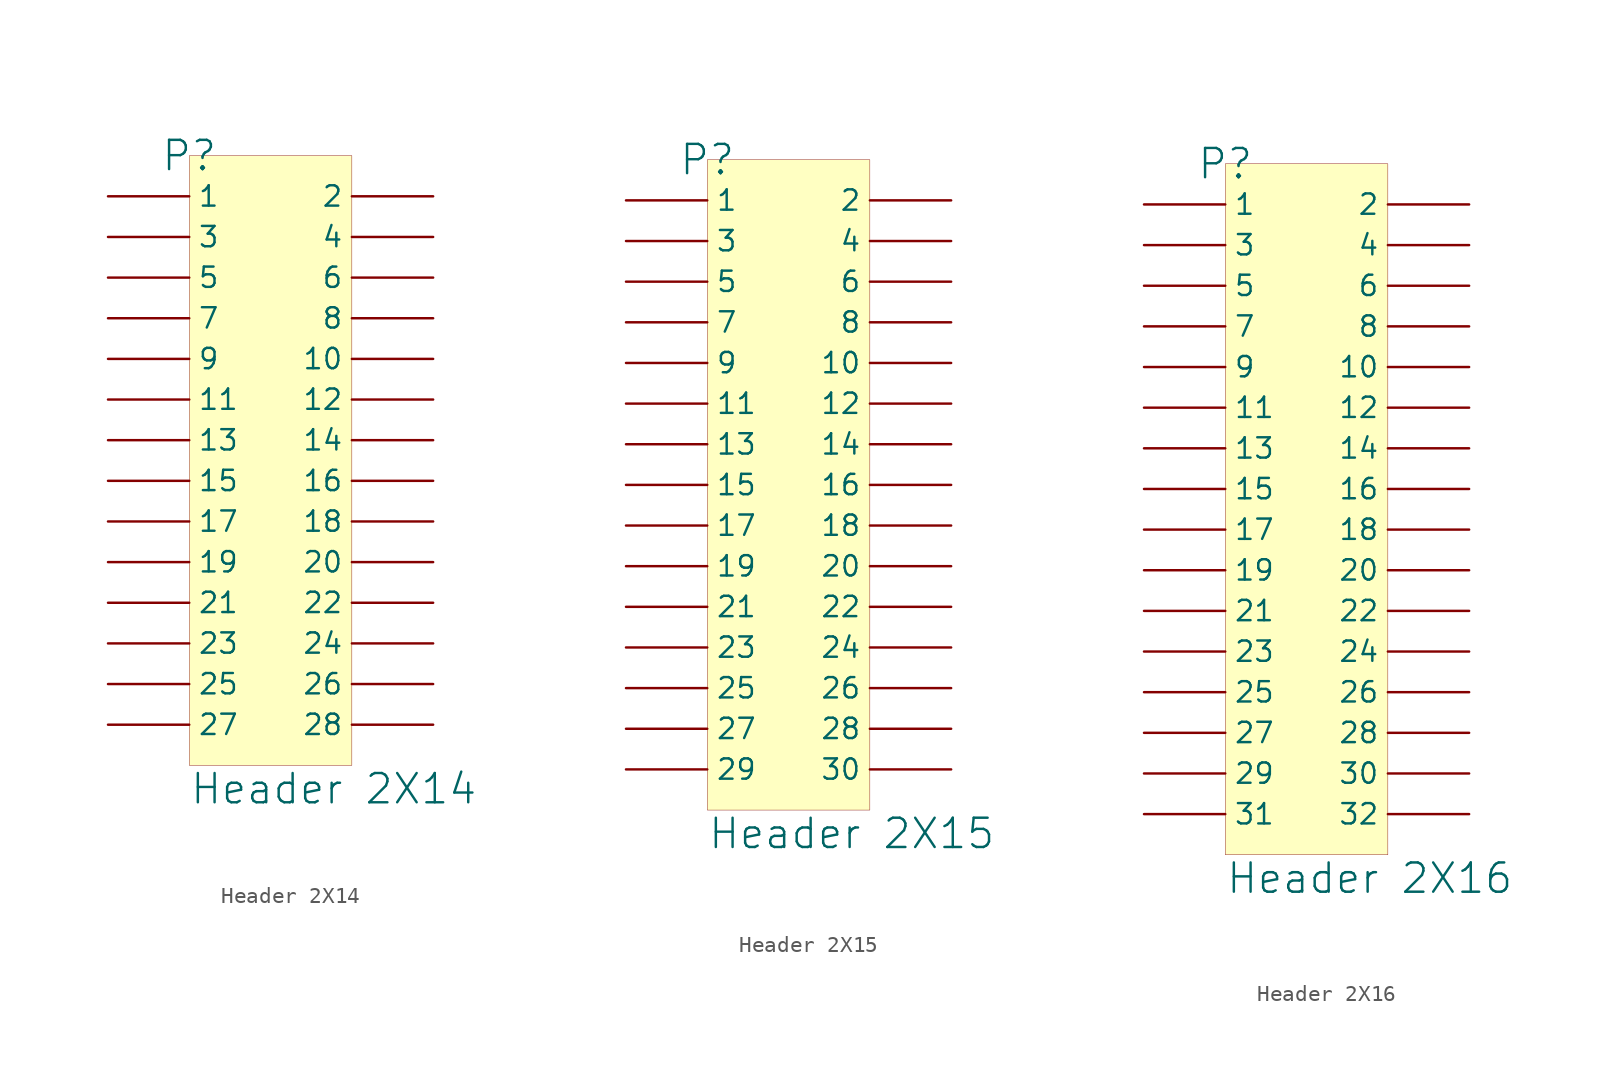
<source format=kicad_sym>
(kicad_symbol_lib
  (version 20241209)
  (generator "kicad_symbol_editor")
  (generator_version "9.0")
  (symbol "Header 2X14"
    (pin_numbers
      (hide yes))
    (property "Reference" "P"
      (at 0 0 0)
      (effects (font (size 1.829 1.829))))
    (property "Value" "Header 2X14"
      (at 0 -40.64 0)
      (effects (font (size 1.829 1.829)) (justify left bottom)))
    (symbol "Header 2X14_1_0"
      (rectangle (start 10.16 0) (end 0 -38.1) (stroke (width 0.025) (type solid) (color 128 0 0 1)) (fill (type background)))
      (pin passive line (at -5.08 -2.54 0) (length 5.08) (name "1" (effects (font (size 1.27 1.27)))) (number "1" (effects (font (size 1.27 1.27)))))
      (pin passive line (at -5.08 -5.08 0) (length 5.08) (name "3" (effects (font (size 1.27 1.27)))) (number "3" (effects (font (size 1.27 1.27)))))
      (pin passive line (at -5.08 -7.62 0) (length 5.08) (name "5" (effects (font (size 1.27 1.27)))) (number "5" (effects (font (size 1.27 1.27)))))
      (pin passive line (at -5.08 -10.16 0) (length 5.08) (name "7" (effects (font (size 1.27 1.27)))) (number "7" (effects (font (size 1.27 1.27)))))
      (pin passive line (at -5.08 -12.7 0) (length 5.08) (name "9" (effects (font (size 1.27 1.27)))) (number "9" (effects (font (size 1.27 1.27)))))
      (pin passive line (at -5.08 -15.24 0) (length 5.08) (name "11" (effects (font (size 1.27 1.27)))) (number "11" (effects (font (size 1.27 1.27)))))
      (pin passive line (at -5.08 -17.78 0) (length 5.08) (name "13" (effects (font (size 1.27 1.27)))) (number "13" (effects (font (size 1.27 1.27)))))
      (pin passive line (at -5.08 -20.32 0) (length 5.08) (name "15" (effects (font (size 1.27 1.27)))) (number "15" (effects (font (size 1.27 1.27)))))
      (pin passive line (at -5.08 -22.86 0) (length 5.08) (name "17" (effects (font (size 1.27 1.27)))) (number "17" (effects (font (size 1.27 1.27)))))
      (pin passive line (at -5.08 -25.4 0) (length 5.08) (name "19" (effects (font (size 1.27 1.27)))) (number "19" (effects (font (size 1.27 1.27)))))
      (pin passive line (at -5.08 -27.94 0) (length 5.08) (name "21" (effects (font (size 1.27 1.27)))) (number "21" (effects (font (size 1.27 1.27)))))
      (pin passive line (at -5.08 -30.48 0) (length 5.08) (name "23" (effects (font (size 1.27 1.27)))) (number "23" (effects (font (size 1.27 1.27)))))
      (pin passive line (at -5.08 -33.02 0) (length 5.08) (name "25" (effects (font (size 1.27 1.27)))) (number "25" (effects (font (size 1.27 1.27)))))
      (pin passive line (at -5.08 -35.56 0) (length 5.08) (name "27" (effects (font (size 1.27 1.27)))) (number "27" (effects (font (size 1.27 1.27)))))
      (pin passive line (at 15.24 -2.54 180) (length 5.08) (name "2" (effects (font (size 1.27 1.27)))) (number "2" (effects (font (size 1.27 1.27)))))
      (pin passive line (at 15.24 -5.08 180) (length 5.08) (name "4" (effects (font (size 1.27 1.27)))) (number "4" (effects (font (size 1.27 1.27)))))
      (pin passive line (at 15.24 -7.62 180) (length 5.08) (name "6" (effects (font (size 1.27 1.27)))) (number "6" (effects (font (size 1.27 1.27)))))
      (pin passive line (at 15.24 -10.16 180) (length 5.08) (name "8" (effects (font (size 1.27 1.27)))) (number "8" (effects (font (size 1.27 1.27)))))
      (pin passive line (at 15.24 -12.7 180) (length 5.08) (name "10" (effects (font (size 1.27 1.27)))) (number "10" (effects (font (size 1.27 1.27)))))
      (pin passive line (at 15.24 -15.24 180) (length 5.08) (name "12" (effects (font (size 1.27 1.27)))) (number "12" (effects (font (size 1.27 1.27)))))
      (pin passive line (at 15.24 -17.78 180) (length 5.08) (name "14" (effects (font (size 1.27 1.27)))) (number "14" (effects (font (size 1.27 1.27)))))
      (pin passive line (at 15.24 -20.32 180) (length 5.08) (name "16" (effects (font (size 1.27 1.27)))) (number "16" (effects (font (size 1.27 1.27)))))
      (pin passive line (at 15.24 -22.86 180) (length 5.08) (name "18" (effects (font (size 1.27 1.27)))) (number "18" (effects (font (size 1.27 1.27)))))
      (pin passive line (at 15.24 -25.4 180) (length 5.08) (name "20" (effects (font (size 1.27 1.27)))) (number "20" (effects (font (size 1.27 1.27)))))
      (pin passive line (at 15.24 -27.94 180) (length 5.08) (name "22" (effects (font (size 1.27 1.27)))) (number "22" (effects (font (size 1.27 1.27)))))
      (pin passive line (at 15.24 -30.48 180) (length 5.08) (name "24" (effects (font (size 1.27 1.27)))) (number "24" (effects (font (size 1.27 1.27)))))
      (pin passive line (at 15.24 -33.02 180) (length 5.08) (name "26" (effects (font (size 1.27 1.27)))) (number "26" (effects (font (size 1.27 1.27)))))
      (pin passive line (at 15.24 -35.56 180) (length 5.08) (name "28" (effects (font (size 1.27 1.27)))) (number "28" (effects (font (size 1.27 1.27)))))))
  (symbol "Header 2X15"
    (pin_numbers
      (hide yes))
    (property "Reference" "P"
      (at 0 0 0)
      (effects (font (size 1.829 1.829))))
    (property "Value" "Header 2X15"
      (at 0 -43.18 0)
      (effects (font (size 1.829 1.829)) (justify left bottom)))
    (symbol "Header 2X15_1_0"
      (rectangle (start 10.16 0) (end 0 -40.64) (stroke (width 0.025) (type solid) (color 128 0 0 1)) (fill (type background)))
      (pin passive line (at -5.08 -2.54 0) (length 5.08) (name "1" (effects (font (size 1.27 1.27)))) (number "1" (effects (font (size 1.27 1.27)))))
      (pin passive line (at -5.08 -5.08 0) (length 5.08) (name "3" (effects (font (size 1.27 1.27)))) (number "3" (effects (font (size 1.27 1.27)))))
      (pin passive line (at -5.08 -7.62 0) (length 5.08) (name "5" (effects (font (size 1.27 1.27)))) (number "5" (effects (font (size 1.27 1.27)))))
      (pin passive line (at -5.08 -10.16 0) (length 5.08) (name "7" (effects (font (size 1.27 1.27)))) (number "7" (effects (font (size 1.27 1.27)))))
      (pin passive line (at -5.08 -12.7 0) (length 5.08) (name "9" (effects (font (size 1.27 1.27)))) (number "9" (effects (font (size 1.27 1.27)))))
      (pin passive line (at -5.08 -15.24 0) (length 5.08) (name "11" (effects (font (size 1.27 1.27)))) (number "11" (effects (font (size 1.27 1.27)))))
      (pin passive line (at -5.08 -17.78 0) (length 5.08) (name "13" (effects (font (size 1.27 1.27)))) (number "13" (effects (font (size 1.27 1.27)))))
      (pin passive line (at -5.08 -20.32 0) (length 5.08) (name "15" (effects (font (size 1.27 1.27)))) (number "15" (effects (font (size 1.27 1.27)))))
      (pin passive line (at -5.08 -22.86 0) (length 5.08) (name "17" (effects (font (size 1.27 1.27)))) (number "17" (effects (font (size 1.27 1.27)))))
      (pin passive line (at -5.08 -25.4 0) (length 5.08) (name "19" (effects (font (size 1.27 1.27)))) (number "19" (effects (font (size 1.27 1.27)))))
      (pin passive line (at -5.08 -27.94 0) (length 5.08) (name "21" (effects (font (size 1.27 1.27)))) (number "21" (effects (font (size 1.27 1.27)))))
      (pin passive line (at -5.08 -30.48 0) (length 5.08) (name "23" (effects (font (size 1.27 1.27)))) (number "23" (effects (font (size 1.27 1.27)))))
      (pin passive line (at -5.08 -33.02 0) (length 5.08) (name "25" (effects (font (size 1.27 1.27)))) (number "25" (effects (font (size 1.27 1.27)))))
      (pin passive line (at -5.08 -35.56 0) (length 5.08) (name "27" (effects (font (size 1.27 1.27)))) (number "27" (effects (font (size 1.27 1.27)))))
      (pin passive line (at -5.08 -38.1 0) (length 5.08) (name "29" (effects (font (size 1.27 1.27)))) (number "29" (effects (font (size 1.27 1.27)))))
      (pin passive line (at 15.24 -2.54 180) (length 5.08) (name "2" (effects (font (size 1.27 1.27)))) (number "2" (effects (font (size 1.27 1.27)))))
      (pin passive line (at 15.24 -5.08 180) (length 5.08) (name "4" (effects (font (size 1.27 1.27)))) (number "4" (effects (font (size 1.27 1.27)))))
      (pin passive line (at 15.24 -7.62 180) (length 5.08) (name "6" (effects (font (size 1.27 1.27)))) (number "6" (effects (font (size 1.27 1.27)))))
      (pin passive line (at 15.24 -10.16 180) (length 5.08) (name "8" (effects (font (size 1.27 1.27)))) (number "8" (effects (font (size 1.27 1.27)))))
      (pin passive line (at 15.24 -12.7 180) (length 5.08) (name "10" (effects (font (size 1.27 1.27)))) (number "10" (effects (font (size 1.27 1.27)))))
      (pin passive line (at 15.24 -15.24 180) (length 5.08) (name "12" (effects (font (size 1.27 1.27)))) (number "12" (effects (font (size 1.27 1.27)))))
      (pin passive line (at 15.24 -17.78 180) (length 5.08) (name "14" (effects (font (size 1.27 1.27)))) (number "14" (effects (font (size 1.27 1.27)))))
      (pin passive line (at 15.24 -20.32 180) (length 5.08) (name "16" (effects (font (size 1.27 1.27)))) (number "16" (effects (font (size 1.27 1.27)))))
      (pin passive line (at 15.24 -22.86 180) (length 5.08) (name "18" (effects (font (size 1.27 1.27)))) (number "18" (effects (font (size 1.27 1.27)))))
      (pin passive line (at 15.24 -25.4 180) (length 5.08) (name "20" (effects (font (size 1.27 1.27)))) (number "20" (effects (font (size 1.27 1.27)))))
      (pin passive line (at 15.24 -27.94 180) (length 5.08) (name "22" (effects (font (size 1.27 1.27)))) (number "22" (effects (font (size 1.27 1.27)))))
      (pin passive line (at 15.24 -30.48 180) (length 5.08) (name "24" (effects (font (size 1.27 1.27)))) (number "24" (effects (font (size 1.27 1.27)))))
      (pin passive line (at 15.24 -33.02 180) (length 5.08) (name "26" (effects (font (size 1.27 1.27)))) (number "26" (effects (font (size 1.27 1.27)))))
      (pin passive line (at 15.24 -35.56 180) (length 5.08) (name "28" (effects (font (size 1.27 1.27)))) (number "28" (effects (font (size 1.27 1.27)))))
      (pin passive line (at 15.24 -38.1 180) (length 5.08) (name "30" (effects (font (size 1.27 1.27)))) (number "30" (effects (font (size 1.27 1.27)))))))
  (symbol "Header 2X16"
    (pin_numbers
      (hide yes))
    (property "Reference" "P"
      (at 0 0 0)
      (effects (font (size 1.829 1.829))))
    (property "Value" "Header 2X16"
      (at 0 -45.72 0)
      (effects (font (size 1.829 1.829)) (justify left bottom)))
    (symbol "Header 2X16_1_0"
      (rectangle (start 10.16 0) (end 0 -43.18) (stroke (width 0.025) (type solid) (color 128 0 0 1)) (fill (type background)))
      (pin passive line (at -5.08 -2.54 0) (length 5.08) (name "1" (effects (font (size 1.27 1.27)))) (number "1" (effects (font (size 1.27 1.27)))))
      (pin passive line (at -5.08 -5.08 0) (length 5.08) (name "3" (effects (font (size 1.27 1.27)))) (number "3" (effects (font (size 1.27 1.27)))))
      (pin passive line (at -5.08 -7.62 0) (length 5.08) (name "5" (effects (font (size 1.27 1.27)))) (number "5" (effects (font (size 1.27 1.27)))))
      (pin passive line (at -5.08 -10.16 0) (length 5.08) (name "7" (effects (font (size 1.27 1.27)))) (number "7" (effects (font (size 1.27 1.27)))))
      (pin passive line (at -5.08 -12.7 0) (length 5.08) (name "9" (effects (font (size 1.27 1.27)))) (number "9" (effects (font (size 1.27 1.27)))))
      (pin passive line (at -5.08 -15.24 0) (length 5.08) (name "11" (effects (font (size 1.27 1.27)))) (number "11" (effects (font (size 1.27 1.27)))))
      (pin passive line (at -5.08 -17.78 0) (length 5.08) (name "13" (effects (font (size 1.27 1.27)))) (number "13" (effects (font (size 1.27 1.27)))))
      (pin passive line (at -5.08 -20.32 0) (length 5.08) (name "15" (effects (font (size 1.27 1.27)))) (number "15" (effects (font (size 1.27 1.27)))))
      (pin passive line (at -5.08 -22.86 0) (length 5.08) (name "17" (effects (font (size 1.27 1.27)))) (number "17" (effects (font (size 1.27 1.27)))))
      (pin passive line (at -5.08 -25.4 0) (length 5.08) (name "19" (effects (font (size 1.27 1.27)))) (number "19" (effects (font (size 1.27 1.27)))))
      (pin passive line (at -5.08 -27.94 0) (length 5.08) (name "21" (effects (font (size 1.27 1.27)))) (number "21" (effects (font (size 1.27 1.27)))))
      (pin passive line (at -5.08 -30.48 0) (length 5.08) (name "23" (effects (font (size 1.27 1.27)))) (number "23" (effects (font (size 1.27 1.27)))))
      (pin passive line (at -5.08 -33.02 0) (length 5.08) (name "25" (effects (font (size 1.27 1.27)))) (number "25" (effects (font (size 1.27 1.27)))))
      (pin passive line (at -5.08 -35.56 0) (length 5.08) (name "27" (effects (font (size 1.27 1.27)))) (number "27" (effects (font (size 1.27 1.27)))))
      (pin passive line (at -5.08 -38.1 0) (length 5.08) (name "29" (effects (font (size 1.27 1.27)))) (number "29" (effects (font (size 1.27 1.27)))))
      (pin passive line (at -5.08 -40.64 0) (length 5.08) (name "31" (effects (font (size 1.27 1.27)))) (number "31" (effects (font (size 1.27 1.27)))))
      (pin passive line (at 15.24 -2.54 180) (length 5.08) (name "2" (effects (font (size 1.27 1.27)))) (number "2" (effects (font (size 1.27 1.27)))))
      (pin passive line (at 15.24 -5.08 180) (length 5.08) (name "4" (effects (font (size 1.27 1.27)))) (number "4" (effects (font (size 1.27 1.27)))))
      (pin passive line (at 15.24 -7.62 180) (length 5.08) (name "6" (effects (font (size 1.27 1.27)))) (number "6" (effects (font (size 1.27 1.27)))))
      (pin passive line (at 15.24 -10.16 180) (length 5.08) (name "8" (effects (font (size 1.27 1.27)))) (number "8" (effects (font (size 1.27 1.27)))))
      (pin passive line (at 15.24 -12.7 180) (length 5.08) (name "10" (effects (font (size 1.27 1.27)))) (number "10" (effects (font (size 1.27 1.27)))))
      (pin passive line (at 15.24 -15.24 180) (length 5.08) (name "12" (effects (font (size 1.27 1.27)))) (number "12" (effects (font (size 1.27 1.27)))))
      (pin passive line (at 15.24 -17.78 180) (length 5.08) (name "14" (effects (font (size 1.27 1.27)))) (number "14" (effects (font (size 1.27 1.27)))))
      (pin passive line (at 15.24 -20.32 180) (length 5.08) (name "16" (effects (font (size 1.27 1.27)))) (number "16" (effects (font (size 1.27 1.27)))))
      (pin passive line (at 15.24 -22.86 180) (length 5.08) (name "18" (effects (font (size 1.27 1.27)))) (number "18" (effects (font (size 1.27 1.27)))))
      (pin passive line (at 15.24 -25.4 180) (length 5.08) (name "20" (effects (font (size 1.27 1.27)))) (number "20" (effects (font (size 1.27 1.27)))))
      (pin passive line (at 15.24 -27.94 180) (length 5.08) (name "22" (effects (font (size 1.27 1.27)))) (number "22" (effects (font (size 1.27 1.27)))))
      (pin passive line (at 15.24 -30.48 180) (length 5.08) (name "24" (effects (font (size 1.27 1.27)))) (number "24" (effects (font (size 1.27 1.27)))))
      (pin passive line (at 15.24 -33.02 180) (length 5.08) (name "26" (effects (font (size 1.27 1.27)))) (number "26" (effects (font (size 1.27 1.27)))))
      (pin passive line (at 15.24 -35.56 180) (length 5.08) (name "28" (effects (font (size 1.27 1.27)))) (number "28" (effects (font (size 1.27 1.27)))))
      (pin passive line (at 15.24 -38.1 180) (length 5.08) (name "30" (effects (font (size 1.27 1.27)))) (number "30" (effects (font (size 1.27 1.27)))))
      (pin passive line (at 15.24 -40.64 180) (length 5.08) (name "32" (effects (font (size 1.27 1.27)))) (number "32" (effects (font (size 1.27 1.27))))))))
</source>
